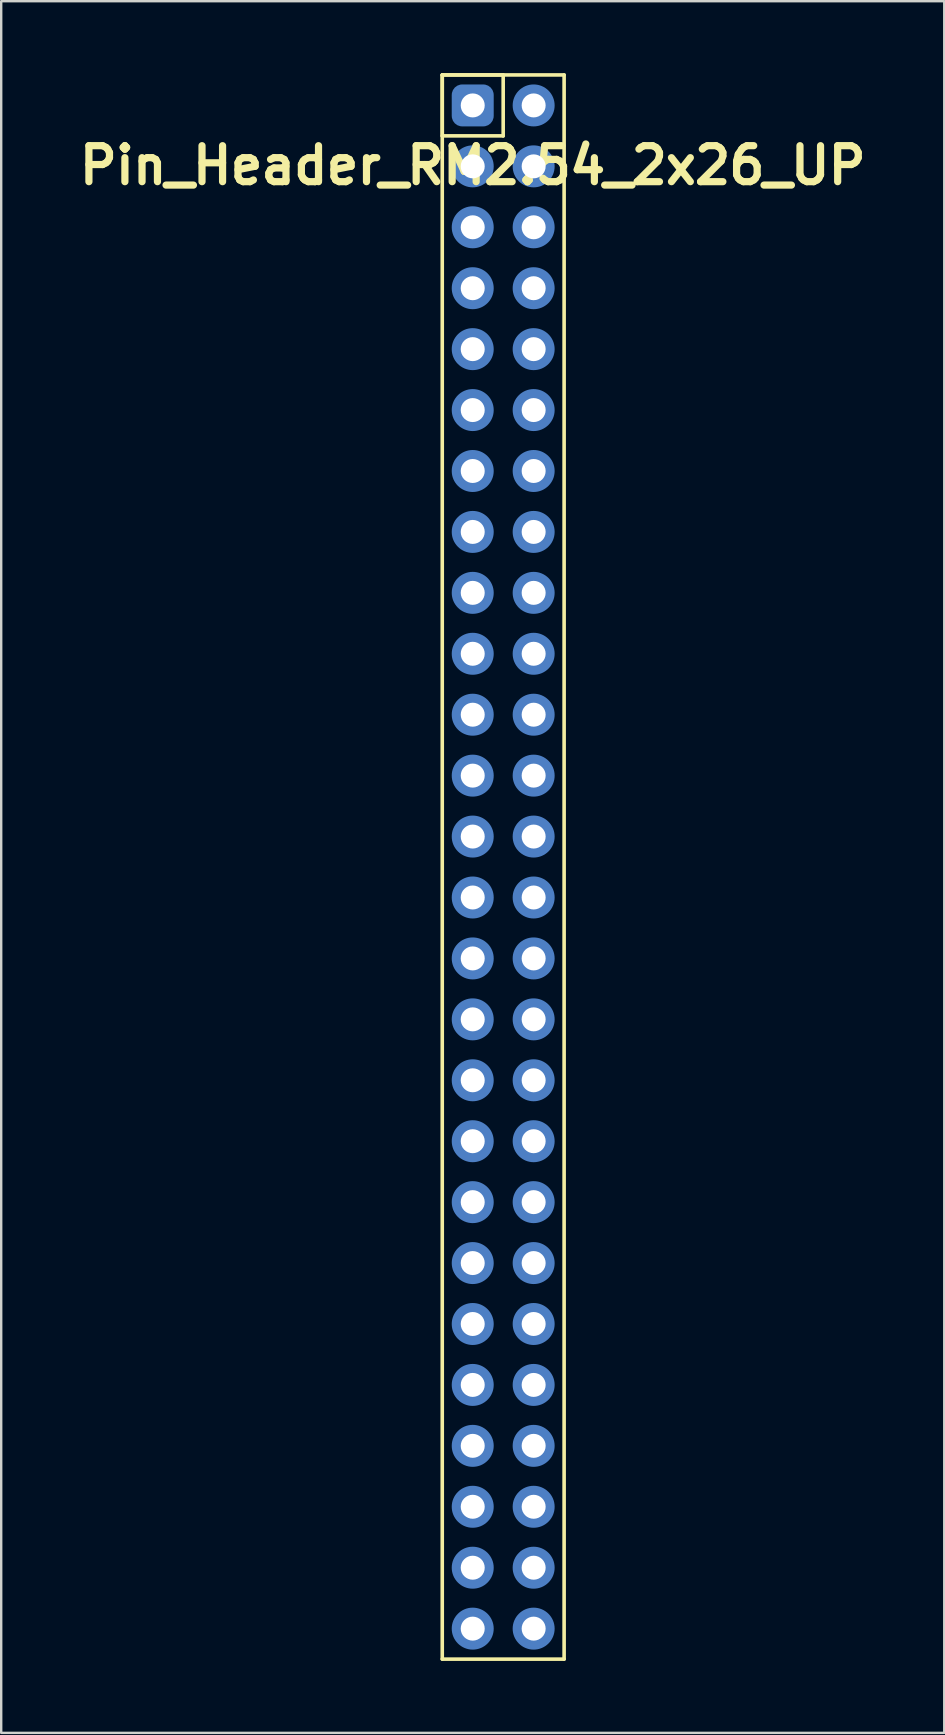
<source format=kicad_pcb>
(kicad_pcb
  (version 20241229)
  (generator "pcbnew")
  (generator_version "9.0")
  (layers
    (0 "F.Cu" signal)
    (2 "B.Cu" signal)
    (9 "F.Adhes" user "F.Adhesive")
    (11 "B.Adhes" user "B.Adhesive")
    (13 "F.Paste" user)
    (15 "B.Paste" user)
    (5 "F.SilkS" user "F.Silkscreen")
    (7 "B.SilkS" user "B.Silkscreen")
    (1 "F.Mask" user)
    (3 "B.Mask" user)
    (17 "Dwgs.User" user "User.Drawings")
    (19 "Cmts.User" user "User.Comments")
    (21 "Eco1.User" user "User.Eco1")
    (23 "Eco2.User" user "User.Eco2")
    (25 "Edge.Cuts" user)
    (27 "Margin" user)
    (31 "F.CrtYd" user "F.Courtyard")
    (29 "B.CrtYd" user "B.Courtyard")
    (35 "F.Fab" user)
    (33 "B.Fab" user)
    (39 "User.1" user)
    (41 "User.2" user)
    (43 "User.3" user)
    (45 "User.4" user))
  (footprint "Pin_Header_RM2.54_2x26_UP"
    (layer "F.Cu")
    (at 16.657 1.345)
    (property "Reference" "Pin_Header_RM2.54_2x26_UP" (at 0 2.5 0) (layer "F.SilkS") (effects (font (size 1.5 1.5) (thickness 0.3))))
    (attr through_hole)
    (fp_line (start -1.27 -1.27) (end 1.27 -1.27) (stroke (width 0.15) (type solid)) (layer "F.SilkS"))
    (fp_line (start -1.27 -1.27) (end 3.81 -1.27) (stroke (width 0.15) (type solid)) (layer "F.SilkS"))
    (fp_line (start -1.27 1.27) (end -1.27 -1.27) (stroke (width 0.15) (type solid)) (layer "F.SilkS"))
    (fp_line (start -1.27 64.77) (end -1.27 -1.27) (stroke (width 0.15) (type solid)) (layer "F.SilkS"))
    (fp_line (start 1.27 -1.27) (end 1.27 1.27) (stroke (width 0.15) (type solid)) (layer "F.SilkS"))
    (fp_line (start 1.27 1.27) (end -1.27 1.27) (stroke (width 0.15) (type solid)) (layer "F.SilkS"))
    (fp_line (start 3.81 -1.27) (end 3.81 64.77) (stroke (width 0.15) (type solid)) (layer "F.SilkS"))
    (fp_line (start 3.81 64.77) (end -1.27 64.77) (stroke (width 0.15) (type solid)) (layer "F.SilkS"))
    (pad "1" thru_hole circle (at 0 0) (size 1.3 1.3) (drill 1) (layers "*.Cu" "*.Mask"))
    (pad "1" smd roundrect (at 0 0) (size 1.5 1.5) (layers "F.Cu" "F.Mask") (roundrect_rratio 0.25))
    (pad "1" smd roundrect (at 0 0) (size 1.75 1.75) (layers "B.Cu" "B.Mask") (roundrect_rratio 0.25))
    (pad "2" thru_hole circle (at 2.54 0) (size 1.3 1.3) (drill 1) (layers "*.Cu" "*.Mask"))
    (pad "2" smd circle (at 2.54 0) (size 1.5 1.5) (layers "F.Cu" "F.Mask"))
    (pad "2" smd circle (at 2.54 0) (size 1.75 1.75) (layers "B.Cu" "B.Mask"))
    (pad "3" thru_hole circle (at 0 2.54) (size 1.3 1.3) (drill 1) (layers "*.Cu" "*.Mask"))
    (pad "3" smd circle (at 0 2.54) (size 1.5 1.5) (layers "F.Cu" "F.Mask"))
    (pad "3" smd circle (at 0 2.54) (size 1.75 1.75) (layers "B.Cu" "B.Mask"))
    (pad "4" thru_hole circle (at 2.54 2.54) (size 1.3 1.3) (drill 1) (layers "*.Cu" "*.Mask"))
    (pad "4" smd circle (at 2.54 2.54) (size 1.5 1.5) (layers "F.Cu" "F.Mask"))
    (pad "4" smd circle (at 2.54 2.54) (size 1.75 1.75) (layers "B.Cu" "B.Mask"))
    (pad "5" thru_hole circle (at 0 5.08) (size 1.3 1.3) (drill 1) (layers "*.Cu" "*.Mask"))
    (pad "5" smd circle (at 0 5.08) (size 1.5 1.5) (layers "F.Cu" "F.Mask"))
    (pad "5" smd circle (at 0 5.08) (size 1.75 1.75) (layers "B.Cu" "B.Mask"))
    (pad "6" thru_hole circle (at 2.54 5.08) (size 1.3 1.3) (drill 1) (layers "*.Cu" "*.Mask"))
    (pad "6" smd circle (at 2.54 5.08) (size 1.5 1.5) (layers "F.Cu" "F.Mask"))
    (pad "6" smd circle (at 2.54 5.08) (size 1.75 1.75) (layers "B.Cu" "B.Mask"))
    (pad "7" thru_hole circle (at 0 7.62) (size 1.3 1.3) (drill 1) (layers "*.Cu" "*.Mask"))
    (pad "7" smd circle (at 0 7.62) (size 1.5 1.5) (layers "F.Cu" "F.Mask"))
    (pad "7" smd circle (at 0 7.62) (size 1.75 1.75) (layers "B.Cu" "B.Mask"))
    (pad "8" thru_hole circle (at 2.54 7.62) (size 1.3 1.3) (drill 1) (layers "*.Cu" "*.Mask"))
    (pad "8" smd circle (at 2.54 7.62) (size 1.5 1.5) (layers "F.Cu" "F.Mask"))
    (pad "8" smd circle (at 2.54 7.62) (size 1.75 1.75) (layers "B.Cu" "B.Mask"))
    (pad "9" thru_hole circle (at 0 10.16) (size 1.3 1.3) (drill 1) (layers "*.Cu" "*.Mask"))
    (pad "9" smd circle (at 0 10.16) (size 1.5 1.5) (layers "F.Cu" "F.Mask"))
    (pad "9" smd circle (at 0 10.16) (size 1.75 1.75) (layers "B.Cu" "B.Mask"))
    (pad "10" thru_hole circle (at 2.54 10.16) (size 1.3 1.3) (drill 1) (layers "*.Cu" "*.Mask"))
    (pad "10" smd circle (at 2.54 10.16) (size 1.5 1.5) (layers "F.Cu" "F.Mask"))
    (pad "10" smd circle (at 2.54 10.16) (size 1.75 1.75) (layers "B.Cu" "B.Mask"))
    (pad "11" thru_hole circle (at 0 12.7) (size 1.3 1.3) (drill 1) (layers "*.Cu" "*.Mask"))
    (pad "11" smd circle (at 0 12.7) (size 1.5 1.5) (layers "F.Cu" "F.Mask"))
    (pad "11" smd circle (at 0 12.7) (size 1.75 1.75) (layers "B.Cu" "B.Mask"))
    (pad "12" thru_hole circle (at 2.54 12.7) (size 1.3 1.3) (drill 1) (layers "*.Cu" "*.Mask"))
    (pad "12" smd circle (at 2.54 12.7) (size 1.5 1.5) (layers "F.Cu" "F.Mask"))
    (pad "12" smd circle (at 2.54 12.7) (size 1.75 1.75) (layers "B.Cu" "B.Mask"))
    (pad "13" thru_hole circle (at 0 15.24) (size 1.3 1.3) (drill 1) (layers "*.Cu" "*.Mask"))
    (pad "13" smd circle (at 0 15.24) (size 1.5 1.5) (layers "F.Cu" "F.Mask"))
    (pad "13" smd circle (at 0 15.24) (size 1.75 1.75) (layers "B.Cu" "B.Mask"))
    (pad "14" thru_hole circle (at 2.54 15.24) (size 1.3 1.3) (drill 1) (layers "*.Cu" "*.Mask"))
    (pad "14" smd circle (at 2.54 15.24) (size 1.5 1.5) (layers "F.Cu" "F.Mask"))
    (pad "14" smd circle (at 2.54 15.24) (size 1.75 1.75) (layers "B.Cu" "B.Mask"))
    (pad "15" thru_hole circle (at 0 17.78) (size 1.3 1.3) (drill 1) (layers "*.Cu" "*.Mask"))
    (pad "15" smd circle (at 0 17.78) (size 1.5 1.5) (layers "F.Cu" "F.Mask"))
    (pad "15" smd circle (at 0 17.78) (size 1.75 1.75) (layers "B.Cu" "B.Mask"))
    (pad "16" thru_hole circle (at 2.54 17.78) (size 1.3 1.3) (drill 1) (layers "*.Cu" "*.Mask"))
    (pad "16" smd circle (at 2.54 17.78) (size 1.5 1.5) (layers "F.Cu" "F.Mask"))
    (pad "16" smd circle (at 2.54 17.78) (size 1.75 1.75) (layers "B.Cu" "B.Mask"))
    (pad "17" thru_hole circle (at 0 20.32) (size 1.3 1.3) (drill 1) (layers "*.Cu" "*.Mask"))
    (pad "17" smd circle (at 0 20.32) (size 1.5 1.5) (layers "F.Cu" "F.Mask"))
    (pad "17" smd circle (at 0 20.32) (size 1.75 1.75) (layers "B.Cu" "B.Mask"))
    (pad "18" thru_hole circle (at 2.54 20.32) (size 1.3 1.3) (drill 1) (layers "*.Cu" "*.Mask"))
    (pad "18" smd circle (at 2.54 20.32) (size 1.5 1.5) (layers "F.Cu" "F.Mask"))
    (pad "18" smd circle (at 2.54 20.32) (size 1.75 1.75) (layers "B.Cu" "B.Mask"))
    (pad "19" thru_hole circle (at 0 22.86) (size 1.3 1.3) (drill 1) (layers "*.Cu" "*.Mask"))
    (pad "19" smd circle (at 0 22.86) (size 1.5 1.5) (layers "F.Cu" "F.Mask"))
    (pad "19" smd circle (at 0 22.86) (size 1.75 1.75) (layers "B.Cu" "B.Mask"))
    (pad "20" thru_hole circle (at 2.54 22.86) (size 1.3 1.3) (drill 1) (layers "*.Cu" "*.Mask"))
    (pad "20" smd circle (at 2.54 22.86) (size 1.5 1.5) (layers "F.Cu" "F.Mask"))
    (pad "20" smd circle (at 2.54 22.86) (size 1.75 1.75) (layers "B.Cu" "B.Mask"))
    (pad "21" thru_hole circle (at 0 25.4) (size 1.3 1.3) (drill 1) (layers "*.Cu" "*.Mask"))
    (pad "21" smd circle (at 0 25.4) (size 1.5 1.5) (layers "F.Cu" "F.Mask"))
    (pad "21" smd circle (at 0 25.4) (size 1.75 1.75) (layers "B.Cu" "B.Mask"))
    (pad "22" thru_hole circle (at 2.54 25.4) (size 1.3 1.3) (drill 1) (layers "*.Cu" "*.Mask"))
    (pad "22" smd circle (at 2.54 25.4) (size 1.5 1.5) (layers "F.Cu" "F.Mask"))
    (pad "22" smd circle (at 2.54 25.4) (size 1.75 1.75) (layers "B.Cu" "B.Mask"))
    (pad "23" thru_hole circle (at 0 27.94) (size 1.3 1.3) (drill 1) (layers "*.Cu" "*.Mask"))
    (pad "23" smd circle (at 0 27.94) (size 1.5 1.5) (layers "F.Cu" "F.Mask"))
    (pad "23" smd circle (at 0 27.94) (size 1.75 1.75) (layers "B.Cu" "B.Mask"))
    (pad "24" thru_hole circle (at 2.54 27.94) (size 1.3 1.3) (drill 1) (layers "*.Cu" "*.Mask"))
    (pad "24" smd circle (at 2.54 27.94) (size 1.5 1.5) (layers "F.Cu" "F.Mask"))
    (pad "24" smd circle (at 2.54 27.94) (size 1.75 1.75) (layers "B.Cu" "B.Mask"))
    (pad "25" thru_hole circle (at 0 30.48) (size 1.3 1.3) (drill 1) (layers "*.Cu" "*.Mask"))
    (pad "25" smd circle (at 0 30.48) (size 1.5 1.5) (layers "F.Cu" "F.Mask"))
    (pad "25" smd circle (at 0 30.48) (size 1.75 1.75) (layers "B.Cu" "B.Mask"))
    (pad "26" thru_hole circle (at 2.54 30.48) (size 1.3 1.3) (drill 1) (layers "*.Cu" "*.Mask"))
    (pad "26" smd circle (at 2.54 30.48) (size 1.5 1.5) (layers "F.Cu" "F.Mask"))
    (pad "26" smd circle (at 2.54 30.48) (size 1.75 1.75) (layers "B.Cu" "B.Mask"))
    (pad "27" thru_hole circle (at 0 33.02) (size 1.3 1.3) (drill 1) (layers "*.Cu" "*.Mask"))
    (pad "27" smd circle (at 0 33.02) (size 1.5 1.5) (layers "F.Cu" "F.Mask"))
    (pad "27" smd circle (at 0 33.02) (size 1.75 1.75) (layers "B.Cu" "B.Mask"))
    (pad "28" thru_hole circle (at 2.54 33.02) (size 1.3 1.3) (drill 1) (layers "*.Cu" "*.Mask"))
    (pad "28" smd circle (at 2.54 33.02) (size 1.5 1.5) (layers "F.Cu" "F.Mask"))
    (pad "28" smd circle (at 2.54 33.02) (size 1.75 1.75) (layers "B.Cu" "B.Mask"))
    (pad "29" thru_hole circle (at 0 35.56) (size 1.3 1.3) (drill 1) (layers "*.Cu" "*.Mask"))
    (pad "29" smd circle (at 0 35.56) (size 1.5 1.5) (layers "F.Cu" "F.Mask"))
    (pad "29" smd circle (at 0 35.56) (size 1.75 1.75) (layers "B.Cu" "B.Mask"))
    (pad "30" thru_hole circle (at 2.54 35.56) (size 1.3 1.3) (drill 1) (layers "*.Cu" "*.Mask"))
    (pad "30" smd circle (at 2.54 35.56) (size 1.5 1.5) (layers "F.Cu" "F.Mask"))
    (pad "30" smd circle (at 2.54 35.56) (size 1.75 1.75) (layers "B.Cu" "B.Mask"))
    (pad "31" thru_hole circle (at 0 38.1) (size 1.3 1.3) (drill 1) (layers "*.Cu" "*.Mask"))
    (pad "31" smd circle (at 0 38.1) (size 1.5 1.5) (layers "F.Cu" "F.Mask"))
    (pad "31" smd circle (at 0 38.1) (size 1.75 1.75) (layers "B.Cu" "B.Mask"))
    (pad "32" thru_hole circle (at 2.54 38.1) (size 1.3 1.3) (drill 1) (layers "*.Cu" "*.Mask"))
    (pad "32" smd circle (at 2.54 38.1) (size 1.5 1.5) (layers "F.Cu" "F.Mask"))
    (pad "32" smd circle (at 2.54 38.1) (size 1.75 1.75) (layers "B.Cu" "B.Mask"))
    (pad "33" thru_hole circle (at 0 40.64) (size 1.3 1.3) (drill 1) (layers "*.Cu" "*.Mask"))
    (pad "33" smd circle (at 0 40.64) (size 1.5 1.5) (layers "F.Cu" "F.Mask"))
    (pad "33" smd circle (at 0 40.64) (size 1.75 1.75) (layers "B.Cu" "B.Mask"))
    (pad "34" thru_hole circle (at 2.54 40.64) (size 1.3 1.3) (drill 1) (layers "*.Cu" "*.Mask"))
    (pad "34" smd circle (at 2.54 40.64) (size 1.5 1.5) (layers "F.Cu" "F.Mask"))
    (pad "34" smd circle (at 2.54 40.64) (size 1.75 1.75) (layers "B.Cu" "B.Mask"))
    (pad "35" thru_hole circle (at 0 43.18) (size 1.3 1.3) (drill 1) (layers "*.Cu" "*.Mask"))
    (pad "35" smd circle (at 0 43.18) (size 1.5 1.5) (layers "F.Cu" "F.Mask"))
    (pad "35" smd circle (at 0 43.18) (size 1.75 1.75) (layers "B.Cu" "B.Mask"))
    (pad "36" thru_hole circle (at 2.54 43.18) (size 1.3 1.3) (drill 1) (layers "*.Cu" "*.Mask"))
    (pad "36" smd circle (at 2.54 43.18) (size 1.5 1.5) (layers "F.Cu" "F.Mask"))
    (pad "36" smd circle (at 2.54 43.18) (size 1.75 1.75) (layers "B.Cu" "B.Mask"))
    (pad "37" thru_hole circle (at 0 45.72) (size 1.3 1.3) (drill 1) (layers "*.Cu" "*.Mask"))
    (pad "37" smd circle (at 0 45.72) (size 1.5 1.5) (layers "F.Cu" "F.Mask"))
    (pad "37" smd circle (at 0 45.72) (size 1.75 1.75) (layers "B.Cu" "B.Mask"))
    (pad "38" thru_hole circle (at 2.54 45.72) (size 1.3 1.3) (drill 1) (layers "*.Cu" "*.Mask"))
    (pad "38" smd circle (at 2.54 45.72) (size 1.5 1.5) (layers "F.Cu" "F.Mask"))
    (pad "38" smd circle (at 2.54 45.72) (size 1.75 1.75) (layers "B.Cu" "B.Mask"))
    (pad "39" thru_hole circle (at 0 48.26) (size 1.3 1.3) (drill 1) (layers "*.Cu" "*.Mask"))
    (pad "39" smd circle (at 0 48.26) (size 1.5 1.5) (layers "F.Cu" "F.Mask"))
    (pad "39" smd circle (at 0 48.26) (size 1.75 1.75) (layers "B.Cu" "B.Mask"))
    (pad "40" thru_hole circle (at 2.54 48.26) (size 1.3 1.3) (drill 1) (layers "*.Cu" "*.Mask"))
    (pad "40" smd circle (at 2.54 48.26) (size 1.5 1.5) (layers "F.Cu" "F.Mask"))
    (pad "40" smd circle (at 2.54 48.26) (size 1.75 1.75) (layers "B.Cu" "B.Mask"))
    (pad "41" thru_hole circle (at 0 50.8) (size 1.3 1.3) (drill 1) (layers "*.Cu" "*.Mask"))
    (pad "41" smd circle (at 0 50.8) (size 1.5 1.5) (layers "F.Cu" "F.Mask"))
    (pad "41" smd circle (at 0 50.8) (size 1.75 1.75) (layers "B.Cu" "B.Mask"))
    (pad "42" thru_hole circle (at 2.54 50.8) (size 1.3 1.3) (drill 1) (layers "*.Cu" "*.Mask"))
    (pad "42" smd circle (at 2.54 50.8) (size 1.5 1.5) (layers "F.Cu" "F.Mask"))
    (pad "42" smd circle (at 2.54 50.8) (size 1.75 1.75) (layers "B.Cu" "B.Mask"))
    (pad "43" thru_hole circle (at 0 53.34) (size 1.3 1.3) (drill 1) (layers "*.Cu" "*.Mask"))
    (pad "43" smd circle (at 0 53.34) (size 1.5 1.5) (layers "F.Cu" "F.Mask"))
    (pad "43" smd circle (at 0 53.34) (size 1.75 1.75) (layers "B.Cu" "B.Mask"))
    (pad "44" thru_hole circle (at 2.54 53.34) (size 1.3 1.3) (drill 1) (layers "*.Cu" "*.Mask"))
    (pad "44" smd circle (at 2.54 53.34) (size 1.5 1.5) (layers "F.Cu" "F.Mask"))
    (pad "44" smd circle (at 2.54 53.34) (size 1.75 1.75) (layers "B.Cu" "B.Mask"))
    (pad "45" thru_hole circle (at 0 55.88) (size 1.3 1.3) (drill 1) (layers "*.Cu" "*.Mask"))
    (pad "45" smd circle (at 0 55.88) (size 1.5 1.5) (layers "F.Cu" "F.Mask"))
    (pad "45" smd circle (at 0 55.88) (size 1.75 1.75) (layers "B.Cu" "B.Mask"))
    (pad "46" thru_hole circle (at 2.54 55.88) (size 1.3 1.3) (drill 1) (layers "*.Cu" "*.Mask"))
    (pad "46" smd circle (at 2.54 55.88) (size 1.5 1.5) (layers "F.Cu" "F.Mask"))
    (pad "46" smd circle (at 2.54 55.88) (size 1.75 1.75) (layers "B.Cu" "B.Mask"))
    (pad "47" thru_hole circle (at 0 58.42) (size 1.3 1.3) (drill 1) (layers "*.Cu" "*.Mask"))
    (pad "47" smd circle (at 0 58.42) (size 1.5 1.5) (layers "F.Cu" "F.Mask"))
    (pad "47" smd circle (at 0 58.42) (size 1.75 1.75) (layers "B.Cu" "B.Mask"))
    (pad "48" thru_hole circle (at 2.54 58.42) (size 1.3 1.3) (drill 1) (layers "*.Cu" "*.Mask"))
    (pad "48" smd circle (at 2.54 58.42) (size 1.5 1.5) (layers "F.Cu" "F.Mask"))
    (pad "48" smd circle (at 2.54 58.42) (size 1.75 1.75) (layers "B.Cu" "B.Mask"))
    (pad "49" thru_hole circle (at 0 60.96) (size 1.3 1.3) (drill 1) (layers "*.Cu" "*.Mask"))
    (pad "49" smd circle (at 0 60.96) (size 1.5 1.5) (layers "F.Cu" "F.Mask"))
    (pad "49" smd circle (at 0 60.96) (size 1.75 1.75) (layers "B.Cu" "B.Mask"))
    (pad "50" thru_hole circle (at 2.54 60.96) (size 1.3 1.3) (drill 1) (layers "*.Cu" "*.Mask"))
    (pad "50" smd circle (at 2.54 60.96) (size 1.5 1.5) (layers "F.Cu" "F.Mask"))
    (pad "50" smd circle (at 2.54 60.96) (size 1.75 1.75) (layers "B.Cu" "B.Mask"))
    (pad "51" thru_hole circle (at 0 63.5) (size 1.3 1.3) (drill 1) (layers "*.Cu" "*.Mask"))
    (pad "51" smd circle (at 0 63.5) (size 1.5 1.5) (layers "F.Cu" "F.Mask"))
    (pad "51" smd circle (at 0 63.5) (size 1.75 1.75) (layers "B.Cu" "B.Mask"))
    (pad "52" thru_hole circle (at 2.54 63.5) (size 1.3 1.3) (drill 1) (layers "*.Cu" "*.Mask"))
    (pad "52" smd circle (at 2.54 63.5) (size 1.5 1.5) (layers "F.Cu" "F.Mask"))
    (pad "52" smd circle (at 2.54 63.5) (size 1.75 1.75) (layers "B.Cu" "B.Mask")))
  (gr_rect
    (start -3 -3)
    (end 36.314 69.19)
    (stroke (width 0.1) (type default))
    (fill no)
    (layer "Edge.Cuts")))
</source>
